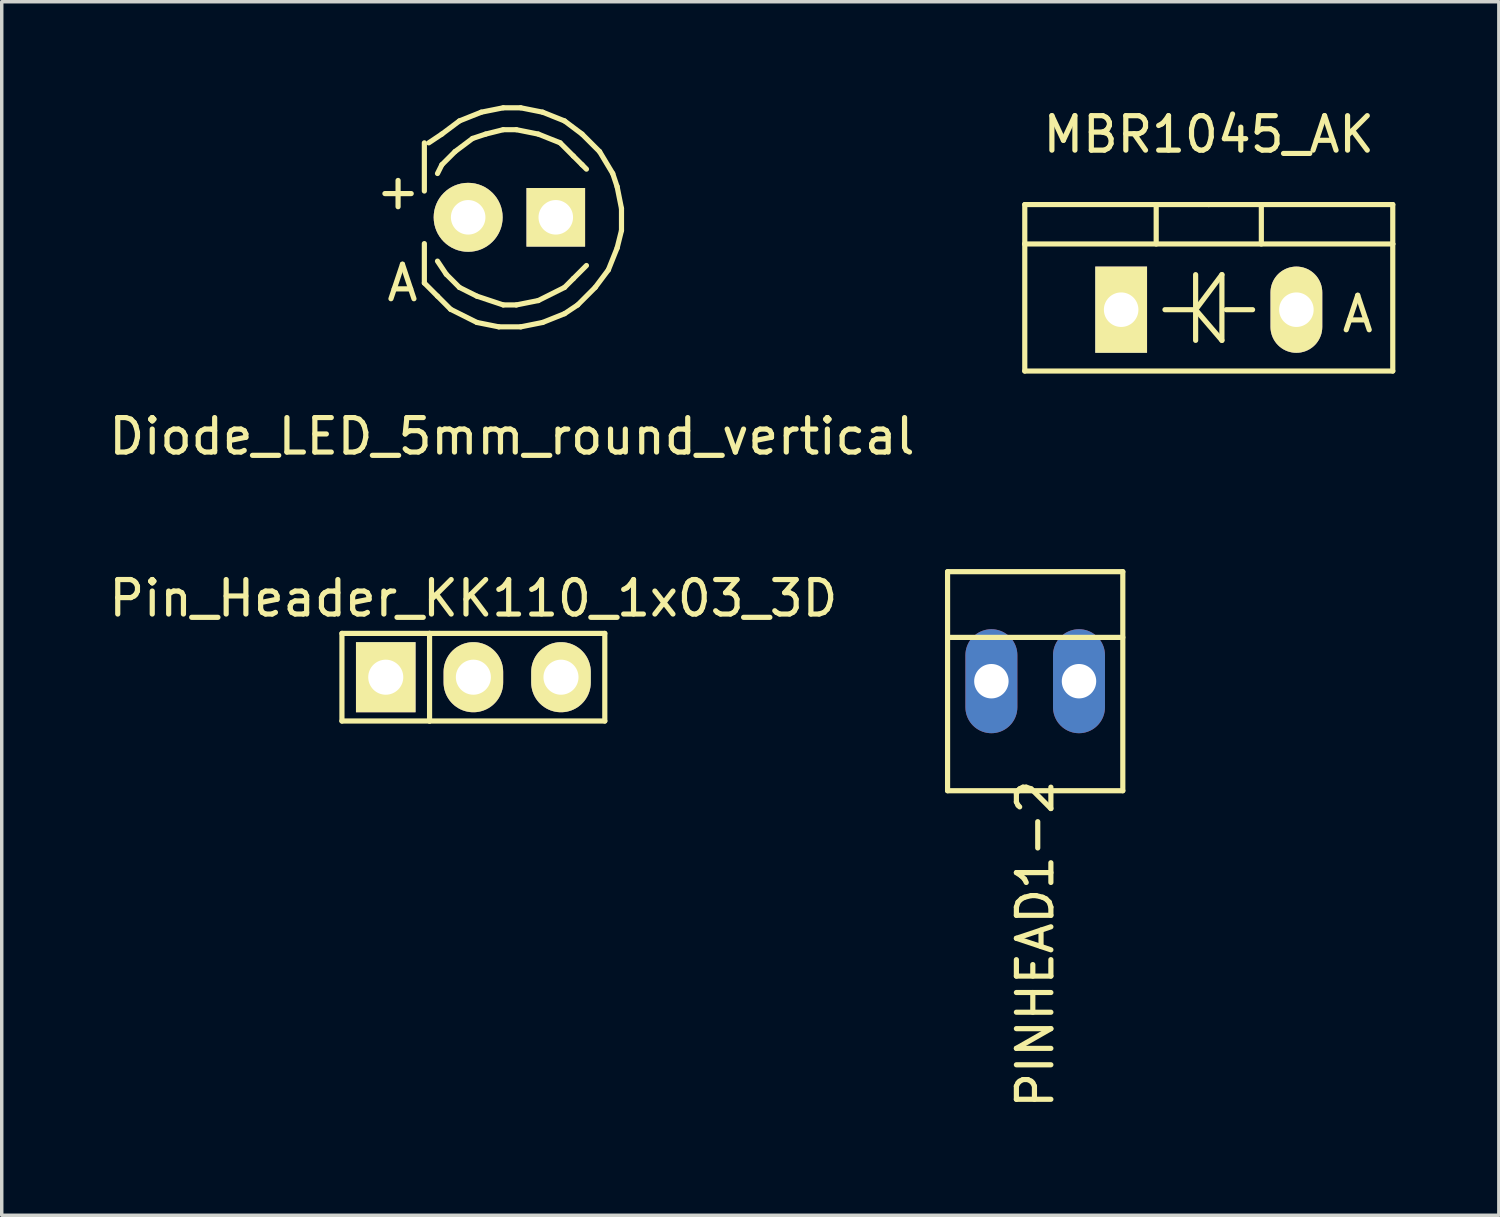
<source format=kicad_pcb>
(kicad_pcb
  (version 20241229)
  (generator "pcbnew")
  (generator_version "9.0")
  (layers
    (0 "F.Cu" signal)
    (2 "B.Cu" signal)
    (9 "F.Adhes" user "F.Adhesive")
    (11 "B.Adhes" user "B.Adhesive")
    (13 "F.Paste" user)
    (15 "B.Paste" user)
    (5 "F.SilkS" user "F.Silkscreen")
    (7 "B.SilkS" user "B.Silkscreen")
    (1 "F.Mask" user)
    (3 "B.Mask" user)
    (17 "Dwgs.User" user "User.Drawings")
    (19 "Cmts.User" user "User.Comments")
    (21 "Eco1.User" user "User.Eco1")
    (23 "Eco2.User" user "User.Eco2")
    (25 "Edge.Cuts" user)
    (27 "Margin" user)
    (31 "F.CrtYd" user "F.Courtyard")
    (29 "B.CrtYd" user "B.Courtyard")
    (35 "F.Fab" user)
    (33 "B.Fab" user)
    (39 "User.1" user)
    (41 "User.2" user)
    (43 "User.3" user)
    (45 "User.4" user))
  (footprint "Pin_Header_KK110_1x03_3D"
    (layer "F.Cu")
    (at 10.673 16.582)
    (property "Reference" "Pin_Header_KK110_1x03_3D" (at 0 -2.286 0) (layer "F.SilkS") (effects (font (size 1 1) (thickness 0.15))))
    (attr through_hole)
    (fp_line (start -3.81 -1.27) (end -3.81 1.27) (stroke (width 0.15) (type solid)) (layer "F.SilkS"))
    (fp_line (start -3.81 -1.27) (end -1.27 -1.27) (stroke (width 0.15) (type solid)) (layer "F.SilkS"))
    (fp_line (start -3.81 1.27) (end -1.27 1.27) (stroke (width 0.15) (type solid)) (layer "F.SilkS"))
    (fp_line (start -1.27 -1.27) (end -1.27 1.27) (stroke (width 0.15) (type solid)) (layer "F.SilkS"))
    (fp_line (start -1.27 1.27) (end 3.81 1.27) (stroke (width 0.15) (type solid)) (layer "F.SilkS"))
    (fp_line (start 3.81 -1.27) (end -1.27 -1.27) (stroke (width 0.15) (type solid)) (layer "F.SilkS"))
    (fp_line (start 3.81 1.27) (end 3.81 -1.27) (stroke (width 0.15) (type solid)) (layer "F.SilkS"))
    (pad "1" thru_hole rect (at -2.54 0) (size 1.727 2.032) (drill 1.016) (layers "*.Cu" "*.Mask" "F.SilkS"))
    (pad "2" thru_hole oval (at 0 0) (size 1.727 2.032) (drill 1.016) (layers "*.Cu" "*.Mask" "F.SilkS"))
    (pad "3" thru_hole oval (at 2.54 0) (size 1.727 2.032) (drill 1.016) (layers "*.Cu" "*.Mask" "F.SilkS")))
  (footprint "MBR1045_AK"
    (layer "F.Cu")
    (at 31.992 5.928)
    (property "Reference" "MBR1045_AK" (at 0 -5.08 0) (layer "F.SilkS") (effects (font (size 1 1) (thickness 0.15))))
    (attr through_hole)
    (fp_line (start -5.334 -1.905) (end -5.334 -3.048) (stroke (width 0.15) (type solid)) (layer "F.SilkS"))
    (fp_line (start -5.334 1.778) (end -5.334 -1.905) (stroke (width 0.15) (type solid)) (layer "F.SilkS"))
    (fp_line (start -1.524 -3.048) (end -1.524 -1.905) (stroke (width 0.15) (type solid)) (layer "F.SilkS"))
    (fp_line (start -0.381 -1.016) (end -0.381 0.889) (stroke (width 0.15) (type solid)) (layer "F.SilkS"))
    (fp_line (start -0.381 0) (end -1.27 0) (stroke (width 0.15) (type solid)) (layer "F.SilkS"))
    (fp_line (start -0.381 0) (end 0.381 -1.016) (stroke (width 0.15) (type solid)) (layer "F.SilkS"))
    (fp_line (start 0 -3.048) (end -5.334 -3.048) (stroke (width 0.15) (type solid)) (layer "F.SilkS"))
    (fp_line (start 0 -3.048) (end 5.334 -3.048) (stroke (width 0.15) (type solid)) (layer "F.SilkS"))
    (fp_line (start 0.381 -1.016) (end 0.381 0.889) (stroke (width 0.15) (type solid)) (layer "F.SilkS"))
    (fp_line (start 0.381 0.889) (end -0.381 0) (stroke (width 0.15) (type solid)) (layer "F.SilkS"))
    (fp_line (start 0.508 0) (end 1.27 0) (stroke (width 0.15) (type solid)) (layer "F.SilkS"))
    (fp_line (start 1.524 -3.048) (end 1.524 -1.905) (stroke (width 0.15) (type solid)) (layer "F.SilkS"))
    (fp_line (start 5.334 -3.048) (end 5.334 -1.905) (stroke (width 0.15) (type solid)) (layer "F.SilkS"))
    (fp_line (start 5.334 -1.905) (end -5.334 -1.905) (stroke (width 0.15) (type solid)) (layer "F.SilkS"))
    (fp_line (start 5.334 -1.905) (end 5.334 1.778) (stroke (width 0.15) (type solid)) (layer "F.SilkS"))
    (fp_line (start 5.334 1.778) (end -5.334 1.778) (stroke (width 0.15) (type solid)) (layer "F.SilkS"))
    (fp_text user "A" (at 4.318 0.127 0) (layer "F.SilkS") (effects (font (size 1 1) (thickness 0.15))))
    (pad "A" thru_hole oval (at 2.54 0 90) (size 2.499 1.501) (drill 1.001) (layers "*.Cu" "*.Mask" "F.SilkS"))
    (pad "K" thru_hole rect (at -2.54 0 90) (size 2.499 1.501) (drill 1.001) (layers "*.Cu" "*.Mask" "F.SilkS")))
  (footprint "Diode_LED_5mm_round_vertical"
    (layer "F.Cu")
    (at 11.792 3.25)
    (property "Reference" "Diode_LED_5mm_round_vertical" (at 0 6.35 0) (layer "F.SilkS") (effects (font (size 1 1) (thickness 0.15))))
    (attr through_hole)
    (fp_line (start -2.54 -2.159) (end -2.54 -0.762) (stroke (width 0.15) (type solid)) (layer "F.SilkS"))
    (fp_line (start -2.54 1.905) (end -2.54 0.762) (stroke (width 0.15) (type solid)) (layer "F.SilkS"))
    (fp_line (start -2.54 1.905) (end -2.159 2.286) (stroke (width 0.15) (type solid)) (layer "F.SilkS"))
    (fp_line (start -2.413 -2.159) (end -2.032 -2.413) (stroke (width 0.15) (type solid)) (layer "F.SilkS"))
    (fp_line (start -2.159 -1.27) (end -2.032 -1.524) (stroke (width 0.15) (type solid)) (layer "F.SilkS"))
    (fp_line (start -2.159 1.27) (end -1.905 1.651) (stroke (width 0.15) (type solid)) (layer "F.SilkS"))
    (fp_line (start -2.032 -2.413) (end -1.524 -2.794) (stroke (width 0.15) (type solid)) (layer "F.SilkS"))
    (fp_line (start -2.032 -1.524) (end -1.651 -1.905) (stroke (width 0.15) (type solid)) (layer "F.SilkS"))
    (fp_line (start -1.905 1.651) (end -1.524 2.032) (stroke (width 0.15) (type solid)) (layer "F.SilkS"))
    (fp_line (start -1.778 2.667) (end -2.159 2.286) (stroke (width 0.15) (type solid)) (layer "F.SilkS"))
    (fp_line (start -1.651 -1.905) (end -1.143 -2.286) (stroke (width 0.15) (type solid)) (layer "F.SilkS"))
    (fp_line (start -1.524 -2.794) (end -0.889 -3.048) (stroke (width 0.15) (type solid)) (layer "F.SilkS"))
    (fp_line (start -1.524 2.032) (end -1.016 2.286) (stroke (width 0.15) (type solid)) (layer "F.SilkS"))
    (fp_line (start -1.143 -2.286) (end -0.762 -2.413) (stroke (width 0.15) (type solid)) (layer "F.SilkS"))
    (fp_line (start -1.016 2.286) (end -0.254 2.54) (stroke (width 0.15) (type solid)) (layer "F.SilkS"))
    (fp_line (start -1.016 3.048) (end -1.778 2.667) (stroke (width 0.15) (type solid)) (layer "F.SilkS"))
    (fp_line (start -0.889 -3.048) (end -0.254 -3.175) (stroke (width 0.15) (type solid)) (layer "F.SilkS"))
    (fp_line (start -0.762 -2.413) (end -0.254 -2.54) (stroke (width 0.15) (type solid)) (layer "F.SilkS"))
    (fp_line (start -0.381 3.175) (end -1.016 3.048) (stroke (width 0.15) (type solid)) (layer "F.SilkS"))
    (fp_line (start -0.254 -3.175) (end 0.254 -3.175) (stroke (width 0.15) (type solid)) (layer "F.SilkS"))
    (fp_line (start -0.254 -2.54) (end 0.127 -2.54) (stroke (width 0.15) (type solid)) (layer "F.SilkS"))
    (fp_line (start -0.254 2.54) (end 0.127 2.54) (stroke (width 0.15) (type solid)) (layer "F.SilkS"))
    (fp_line (start 0.127 -2.54) (end 0.762 -2.413) (stroke (width 0.15) (type solid)) (layer "F.SilkS"))
    (fp_line (start 0.127 2.54) (end 0.762 2.413) (stroke (width 0.15) (type solid)) (layer "F.SilkS"))
    (fp_line (start 0.254 -3.175) (end 0.889 -3.048) (stroke (width 0.15) (type solid)) (layer "F.SilkS"))
    (fp_line (start 0.254 3.175) (end -0.381 3.175) (stroke (width 0.15) (type solid)) (layer "F.SilkS"))
    (fp_line (start 0.762 -2.413) (end 1.397 -2.159) (stroke (width 0.15) (type solid)) (layer "F.SilkS"))
    (fp_line (start 0.762 2.413) (end 1.524 2.032) (stroke (width 0.15) (type solid)) (layer "F.SilkS"))
    (fp_line (start 0.889 -3.048) (end 1.524 -2.794) (stroke (width 0.15) (type solid)) (layer "F.SilkS"))
    (fp_line (start 0.889 3.048) (end 0.254 3.175) (stroke (width 0.15) (type solid)) (layer "F.SilkS"))
    (fp_line (start 1.397 -2.159) (end 1.778 -1.778) (stroke (width 0.15) (type solid)) (layer "F.SilkS"))
    (fp_line (start 1.524 -2.794) (end 2.032 -2.413) (stroke (width 0.15) (type solid)) (layer "F.SilkS"))
    (fp_line (start 1.524 2.032) (end 1.778 1.778) (stroke (width 0.15) (type solid)) (layer "F.SilkS"))
    (fp_line (start 1.524 2.794) (end 0.889 3.048) (stroke (width 0.15) (type solid)) (layer "F.SilkS"))
    (fp_line (start 1.778 -1.778) (end 2.032 -1.524) (stroke (width 0.15) (type solid)) (layer "F.SilkS"))
    (fp_line (start 1.778 1.778) (end 2.159 1.397) (stroke (width 0.15) (type solid)) (layer "F.SilkS"))
    (fp_line (start 1.905 2.54) (end 1.524 2.794) (stroke (width 0.15) (type solid)) (layer "F.SilkS"))
    (fp_line (start 2.032 -2.413) (end 2.54 -1.905) (stroke (width 0.15) (type solid)) (layer "F.SilkS"))
    (fp_line (start 2.032 -1.524) (end 2.159 -1.397) (stroke (width 0.15) (type solid)) (layer "F.SilkS"))
    (fp_line (start 2.413 2.032) (end 1.905 2.54) (stroke (width 0.15) (type solid)) (layer "F.SilkS"))
    (fp_line (start 2.54 -1.905) (end 2.921 -1.27) (stroke (width 0.15) (type solid)) (layer "F.SilkS"))
    (fp_line (start 2.794 1.524) (end 2.413 2.032) (stroke (width 0.15) (type solid)) (layer "F.SilkS"))
    (fp_line (start 2.921 -1.27) (end 3.048 -0.889) (stroke (width 0.15) (type solid)) (layer "F.SilkS"))
    (fp_line (start 3.048 -0.889) (end 3.175 -0.254) (stroke (width 0.15) (type solid)) (layer "F.SilkS"))
    (fp_line (start 3.048 0.889) (end 2.794 1.524) (stroke (width 0.15) (type solid)) (layer "F.SilkS"))
    (fp_line (start 3.175 -0.254) (end 3.175 0.381) (stroke (width 0.15) (type solid)) (layer "F.SilkS"))
    (fp_line (start 3.175 0.381) (end 3.048 0.889) (stroke (width 0.15) (type solid)) (layer "F.SilkS"))
    (fp_text user "A" (at -3.175 1.905 0) (layer "F.SilkS") (effects (font (size 1 1) (thickness 0.15))))
    (fp_text user "+" (at -3.302 -0.762 0) (layer "F.SilkS") (effects (font (size 1 1) (thickness 0.15))))
    (pad "1" thru_hole circle (at -1.27 0 90) (size 1.999 1.999) (drill 1.001) (layers "*.Cu" "*.Mask" "F.SilkS"))
    (pad "2" thru_hole rect (at 1.27 0) (size 1.699 1.699) (drill 1.001) (layers "*.Cu" "*.Mask" "F.SilkS")))
  (footprint "PINHEAD1-2"
    (layer "F.Cu")
    (at 26.96 16.698)
    (property "Reference" "PINHEAD1-2" (at 0 7.62 270) (layer "F.SilkS") (effects (font (size 1 1) (thickness 0.15))))
    (attr exclude_from_pos_files exclude_from_bom)
    (fp_line (start -2.54 -3.175) (end -2.54 3.175) (stroke (width 0.15) (type solid)) (layer "F.SilkS"))
    (fp_line (start -2.54 -3.175) (end 2.54 -3.175) (stroke (width 0.15) (type solid)) (layer "F.SilkS"))
    (fp_line (start 2.54 -3.175) (end 2.54 3.175) (stroke (width 0.15) (type solid)) (layer "F.SilkS"))
    (fp_line (start 2.54 -1.27) (end -2.54 -1.27) (stroke (width 0.15) (type solid)) (layer "F.SilkS"))
    (fp_line (start 2.54 3.175) (end -2.54 3.175) (stroke (width 0.15) (type solid)) (layer "F.SilkS"))
    (pad "1" thru_hole oval (at -1.27 0) (size 1.506 3.015) (drill 0.998) (layers "*.Cu" "*.Mask"))
    (pad "2" thru_hole oval (at 1.27 0) (size 1.506 3.015) (drill 0.998) (layers "*.Cu" "*.Mask")))
  (gr_rect
    (start -3 -3)
    (end 40.401 32.181)
    (stroke (width 0.1) (type default))
    (fill no)
    (layer "Edge.Cuts")))
</source>
